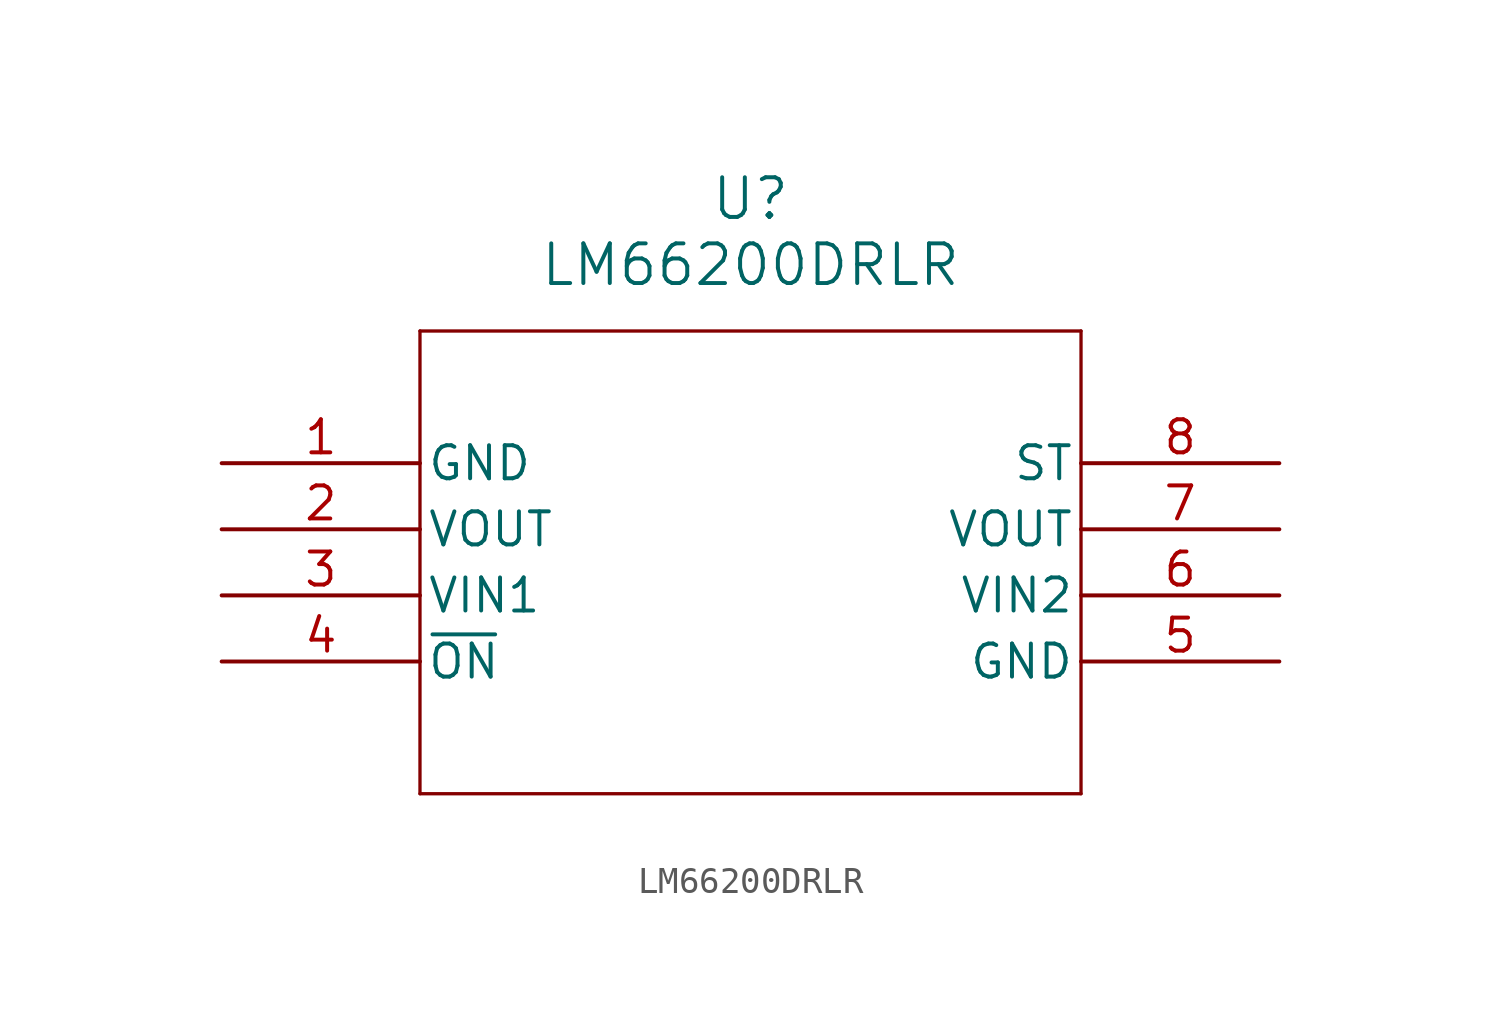
<source format=kicad_sym>
(kicad_symbol_lib
  (version 20241209)
  (generator "kicad_symbol_editor")
  (generator_version "9.0")
  (symbol "LM66200DRLR"
    (pin_names
      (offset 0.254))
    (property "Reference" "U"
      (at 20.32 10.16 0)
      (effects (font (size 1.524 1.524))))
    (property "Value" "LM66200DRLR"
      (at 20.32 7.62 0)
      (effects (font (size 1.524 1.524))))
    (property "ki_locked" ""
      (at 0 0 0)
      (effects (font (size 1.27 1.27))))
    (symbol "LM66200DRLR_0_1"
      (polyline (pts (xy 7.62 5.08) (xy 7.62 -12.7)) (stroke (width 0.127) (type default)) (fill (type none)))
      (polyline (pts (xy 7.62 -12.7) (xy 33.02 -12.7)) (stroke (width 0.127) (type default)) (fill (type none)))
      (polyline (pts (xy 33.02 5.08) (xy 7.62 5.08)) (stroke (width 0.127) (type default)) (fill (type none)))
      (polyline (pts (xy 33.02 -12.7) (xy 33.02 5.08)) (stroke (width 0.127) (type default)) (fill (type none)))
      (pin power_in line (at 0 -2.54 0) (length 7.62) (name "VOUT" (effects (font (size 1.27 1.27)))) (number "2" (effects (font (size 1.27 1.27)))))
      (pin input line (at 0 -5.08 0) (length 7.62) (name "VIN1" (effects (font (size 1.27 1.27)))) (number "3" (effects (font (size 1.27 1.27)))))
      (pin output line (at 40.64 0 180) (length 7.62) (name "ST" (effects (font (size 1.27 1.27)))) (number "8" (effects (font (size 1.27 1.27)))))
      (pin output line (at 40.64 -2.54 180) (length 7.62) (name "VOUT" (effects (font (size 1.27 1.27)))) (number "7" (effects (font (size 1.27 1.27)))))
      (pin input line (at 40.64 -5.08 180) (length 7.62) (name "VIN2" (effects (font (size 1.27 1.27)))) (number "6" (effects (font (size 1.27 1.27))))))
    (symbol "LM66200DRLR_1_1"
      (pin power_in line (at 0 0 0) (length 7.62) (name "GND" (effects (font (size 1.27 1.27)))) (number "1" (effects (font (size 1.27 1.27)))))
      (pin input line (at 0 -7.62 0) (length 7.62) (name "~{ON}" (effects (font (size 1.27 1.27)))) (number "4" (effects (font (size 1.27 1.27)))))
      (pin power_in line (at 40.64 -7.62 180) (length 7.62) (name "GND" (effects (font (size 1.27 1.27)))) (number "5" (effects (font (size 1.27 1.27))))))))
</source>
